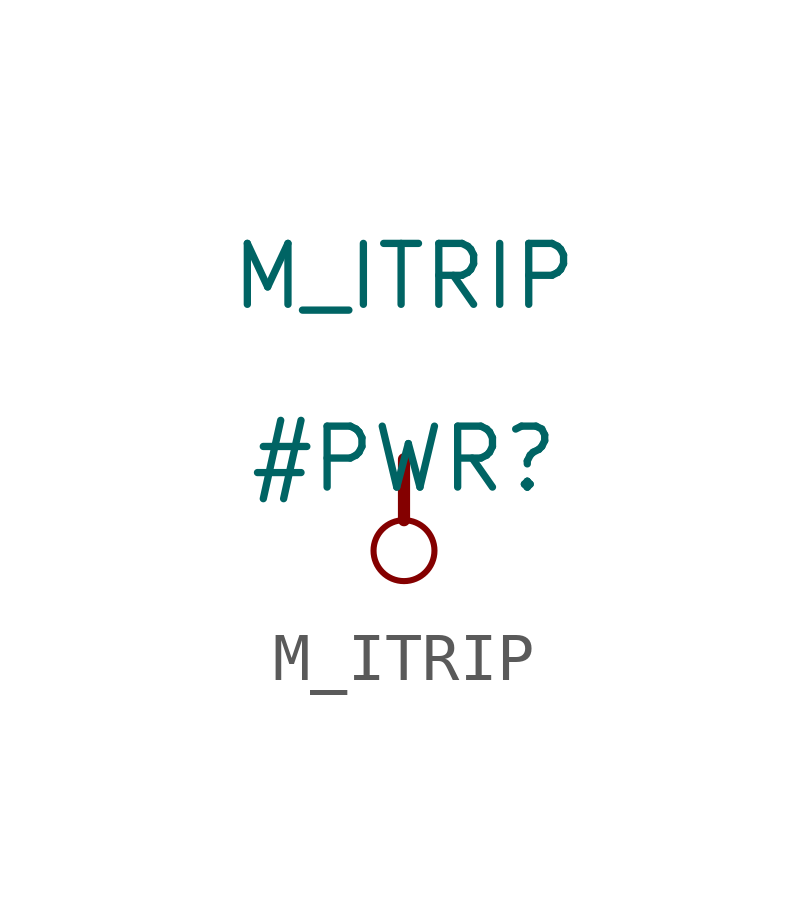
<source format=kicad_sym>
(kicad_symbol_lib
  (version 20211014)
  (generator kicad_symbol_editor)
  (symbol "M_ITRIP"
    (power)
    (property "Reference" "#PWR"
      (at 0 0 0)
      (effects (font (size 1.27 1.27))))
    (property "Value" "M_ITRIP"
      (at 0 3.81 0)
      (effects (font (size 1.27 1.27))))
    (symbol "M_ITRIP_0_0"
      (circle (center 0 -1.905) (radius 0.635) (stroke (width 0.127) (type default) (color 0 0 0 0)) (fill (type none)))
      (polyline (pts (xy 0 0) (xy 0 -1.27)) (stroke (width 0.254) (type default) (color 0 0 0 0)) (fill (type none)))
      (pin power_in line (at 0 0 0) (length 0) hide (name "M_ITRIP" (effects (font (size 1.27 1.27)))) (number "" (effects (font (size 1.27 1.27))))))))
</source>
